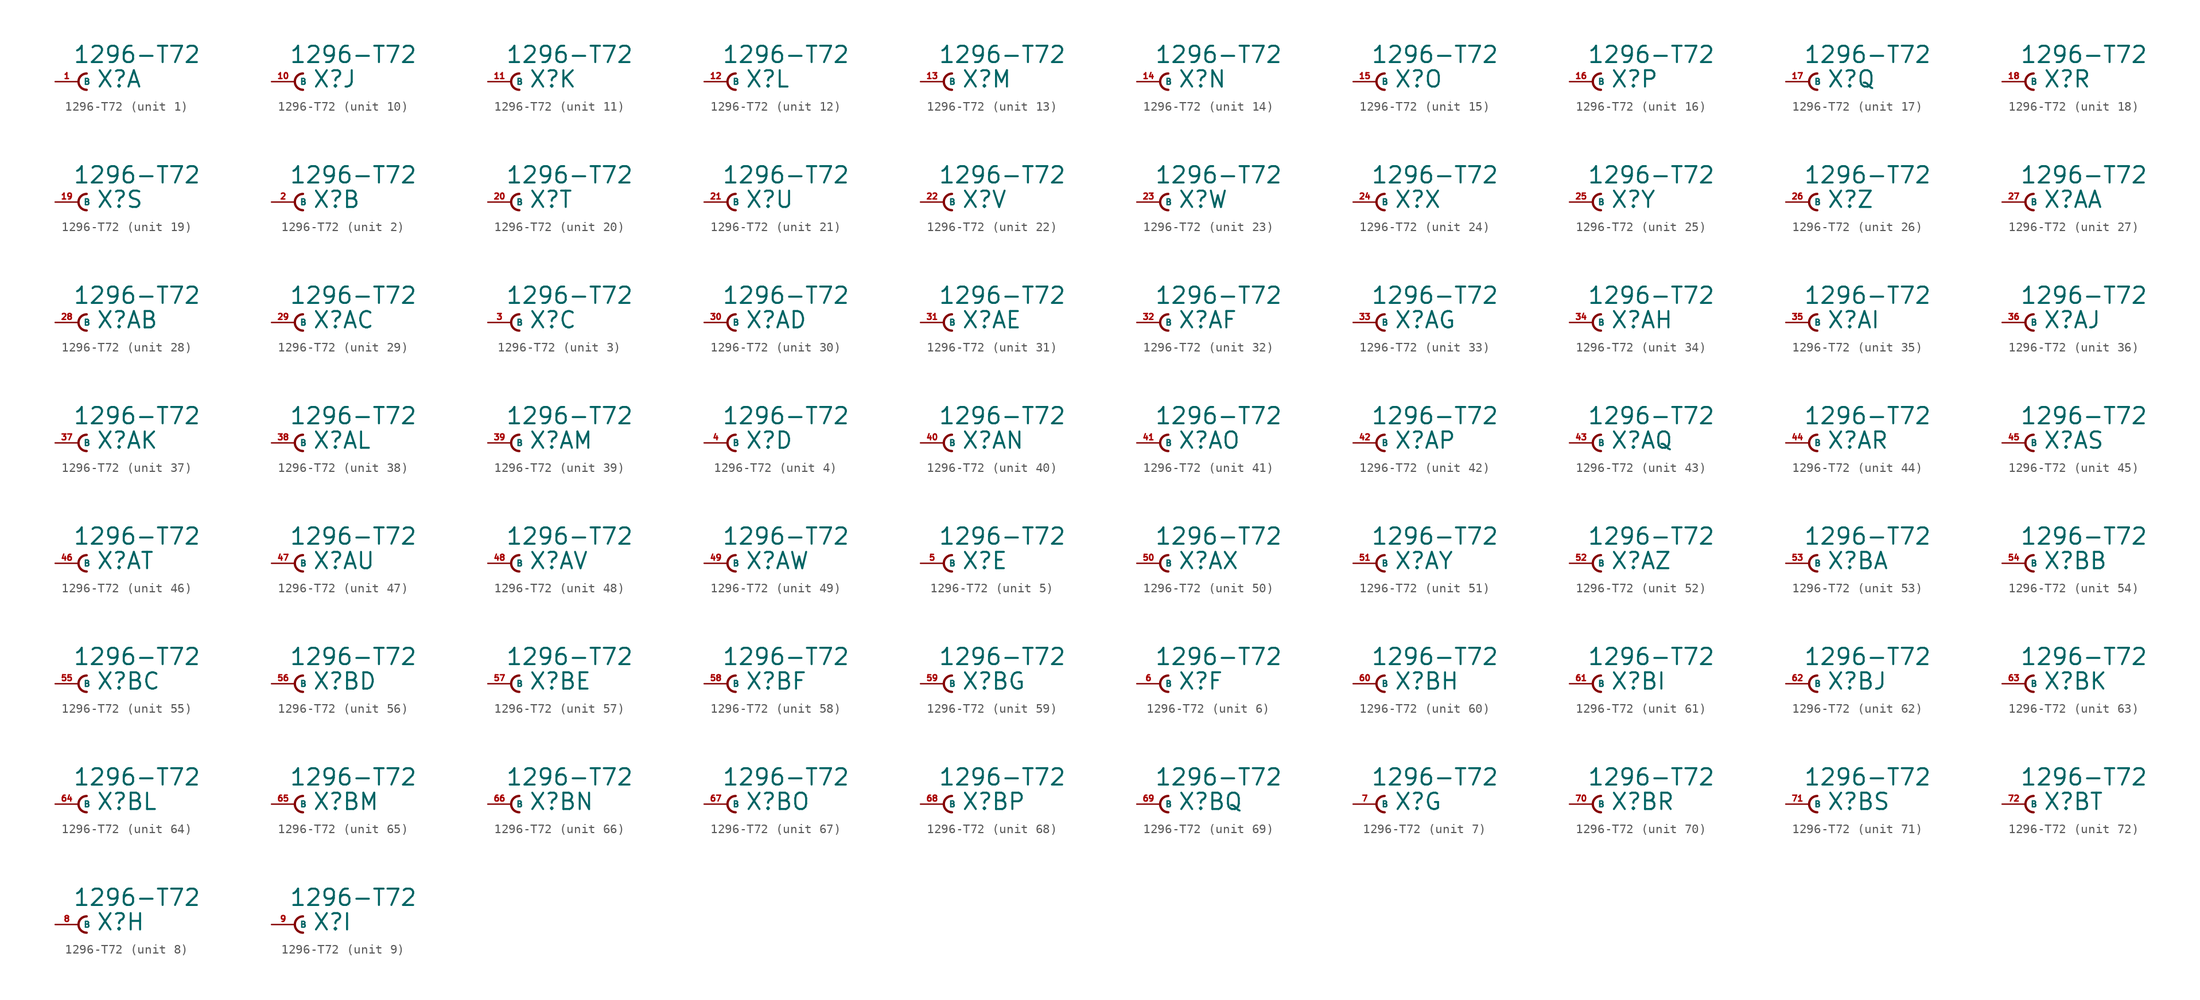
<source format=kicad_sym>
(kicad_symbol_lib
  (version 20220914)
  (generator Eagle2Kicad)
  (symbol "1296-T72"
    (property "Reference" "X"
      (at 1.905 -0.762 0)
      (effects (font (size 1.778 1.778) (thickness 0.22)) (justify left bottom)))
    (property "Value" "1296-T72"
      (at -0.635 1.905 0)
      (effects (font (size 1.778 1.778) (thickness 0.22)) (justify left bottom)))
    (symbol "1296-T72_1_0"
      (arc (start 0.889 0.889) (mid 0.000 0.000) (end 0.889 -0.889) (stroke (width 0.254) (type default)) (fill (type none)))
      (pin passive line (at -2.54 0 0) (length 2.54) (name "B" (effects (font (size 0.635 0.635) (thickness 0.08)) (justify left bottom))) (number "1" (effects (font (size 0.635 0.635) (thickness 0.08)) (justify left bottom)))))
    (symbol "1296-T72_2_0"
      (arc (start 0.889 0.889) (mid 0.000 0.000) (end 0.889 -0.889) (stroke (width 0.254) (type default)) (fill (type none)))
      (pin passive line (at -2.54 0 0) (length 2.54) (name "B" (effects (font (size 0.635 0.635) (thickness 0.08)) (justify left bottom))) (number "2" (effects (font (size 0.635 0.635) (thickness 0.08)) (justify left bottom)))))
    (symbol "1296-T72_3_0"
      (arc (start 0.889 0.889) (mid 0.000 0.000) (end 0.889 -0.889) (stroke (width 0.254) (type default)) (fill (type none)))
      (pin passive line (at -2.54 0 0) (length 2.54) (name "B" (effects (font (size 0.635 0.635) (thickness 0.08)) (justify left bottom))) (number "3" (effects (font (size 0.635 0.635) (thickness 0.08)) (justify left bottom)))))
    (symbol "1296-T72_4_0"
      (arc (start 0.889 0.889) (mid 0.000 0.000) (end 0.889 -0.889) (stroke (width 0.254) (type default)) (fill (type none)))
      (pin passive line (at -2.54 0 0) (length 2.54) (name "B" (effects (font (size 0.635 0.635) (thickness 0.08)) (justify left bottom))) (number "4" (effects (font (size 0.635 0.635) (thickness 0.08)) (justify left bottom)))))
    (symbol "1296-T72_5_0"
      (arc (start 0.889 0.889) (mid 0.000 0.000) (end 0.889 -0.889) (stroke (width 0.254) (type default)) (fill (type none)))
      (pin passive line (at -2.54 0 0) (length 2.54) (name "B" (effects (font (size 0.635 0.635) (thickness 0.08)) (justify left bottom))) (number "5" (effects (font (size 0.635 0.635) (thickness 0.08)) (justify left bottom)))))
    (symbol "1296-T72_6_0"
      (arc (start 0.889 0.889) (mid 0.000 0.000) (end 0.889 -0.889) (stroke (width 0.254) (type default)) (fill (type none)))
      (pin passive line (at -2.54 0 0) (length 2.54) (name "B" (effects (font (size 0.635 0.635) (thickness 0.08)) (justify left bottom))) (number "6" (effects (font (size 0.635 0.635) (thickness 0.08)) (justify left bottom)))))
    (symbol "1296-T72_7_0"
      (arc (start 0.889 0.889) (mid 0.000 0.000) (end 0.889 -0.889) (stroke (width 0.254) (type default)) (fill (type none)))
      (pin passive line (at -2.54 0 0) (length 2.54) (name "B" (effects (font (size 0.635 0.635) (thickness 0.08)) (justify left bottom))) (number "7" (effects (font (size 0.635 0.635) (thickness 0.08)) (justify left bottom)))))
    (symbol "1296-T72_8_0"
      (arc (start 0.889 0.889) (mid 0.000 0.000) (end 0.889 -0.889) (stroke (width 0.254) (type default)) (fill (type none)))
      (pin passive line (at -2.54 0 0) (length 2.54) (name "B" (effects (font (size 0.635 0.635) (thickness 0.08)) (justify left bottom))) (number "8" (effects (font (size 0.635 0.635) (thickness 0.08)) (justify left bottom)))))
    (symbol "1296-T72_9_0"
      (arc (start 0.889 0.889) (mid 0.000 0.000) (end 0.889 -0.889) (stroke (width 0.254) (type default)) (fill (type none)))
      (pin passive line (at -2.54 0 0) (length 2.54) (name "B" (effects (font (size 0.635 0.635) (thickness 0.08)) (justify left bottom))) (number "9" (effects (font (size 0.635 0.635) (thickness 0.08)) (justify left bottom)))))
    (symbol "1296-T72_10_0"
      (arc (start 0.889 0.889) (mid 0.000 0.000) (end 0.889 -0.889) (stroke (width 0.254) (type default)) (fill (type none)))
      (pin passive line (at -2.54 0 0) (length 2.54) (name "B" (effects (font (size 0.635 0.635) (thickness 0.08)) (justify left bottom))) (number "10" (effects (font (size 0.635 0.635) (thickness 0.08)) (justify left bottom)))))
    (symbol "1296-T72_11_0"
      (arc (start 0.889 0.889) (mid 0.000 0.000) (end 0.889 -0.889) (stroke (width 0.254) (type default)) (fill (type none)))
      (pin passive line (at -2.54 0 0) (length 2.54) (name "B" (effects (font (size 0.635 0.635) (thickness 0.08)) (justify left bottom))) (number "11" (effects (font (size 0.635 0.635) (thickness 0.08)) (justify left bottom)))))
    (symbol "1296-T72_12_0"
      (arc (start 0.889 0.889) (mid 0.000 0.000) (end 0.889 -0.889) (stroke (width 0.254) (type default)) (fill (type none)))
      (pin passive line (at -2.54 0 0) (length 2.54) (name "B" (effects (font (size 0.635 0.635) (thickness 0.08)) (justify left bottom))) (number "12" (effects (font (size 0.635 0.635) (thickness 0.08)) (justify left bottom)))))
    (symbol "1296-T72_13_0"
      (arc (start 0.889 0.889) (mid 0.000 0.000) (end 0.889 -0.889) (stroke (width 0.254) (type default)) (fill (type none)))
      (pin passive line (at -2.54 0 0) (length 2.54) (name "B" (effects (font (size 0.635 0.635) (thickness 0.08)) (justify left bottom))) (number "13" (effects (font (size 0.635 0.635) (thickness 0.08)) (justify left bottom)))))
    (symbol "1296-T72_14_0"
      (arc (start 0.889 0.889) (mid 0.000 0.000) (end 0.889 -0.889) (stroke (width 0.254) (type default)) (fill (type none)))
      (pin passive line (at -2.54 0 0) (length 2.54) (name "B" (effects (font (size 0.635 0.635) (thickness 0.08)) (justify left bottom))) (number "14" (effects (font (size 0.635 0.635) (thickness 0.08)) (justify left bottom)))))
    (symbol "1296-T72_15_0"
      (arc (start 0.889 0.889) (mid 0.000 0.000) (end 0.889 -0.889) (stroke (width 0.254) (type default)) (fill (type none)))
      (pin passive line (at -2.54 0 0) (length 2.54) (name "B" (effects (font (size 0.635 0.635) (thickness 0.08)) (justify left bottom))) (number "15" (effects (font (size 0.635 0.635) (thickness 0.08)) (justify left bottom)))))
    (symbol "1296-T72_16_0"
      (arc (start 0.889 0.889) (mid 0.000 0.000) (end 0.889 -0.889) (stroke (width 0.254) (type default)) (fill (type none)))
      (pin passive line (at -2.54 0 0) (length 2.54) (name "B" (effects (font (size 0.635 0.635) (thickness 0.08)) (justify left bottom))) (number "16" (effects (font (size 0.635 0.635) (thickness 0.08)) (justify left bottom)))))
    (symbol "1296-T72_17_0"
      (arc (start 0.889 0.889) (mid 0.000 0.000) (end 0.889 -0.889) (stroke (width 0.254) (type default)) (fill (type none)))
      (pin passive line (at -2.54 0 0) (length 2.54) (name "B" (effects (font (size 0.635 0.635) (thickness 0.08)) (justify left bottom))) (number "17" (effects (font (size 0.635 0.635) (thickness 0.08)) (justify left bottom)))))
    (symbol "1296-T72_18_0"
      (arc (start 0.889 0.889) (mid 0.000 0.000) (end 0.889 -0.889) (stroke (width 0.254) (type default)) (fill (type none)))
      (pin passive line (at -2.54 0 0) (length 2.54) (name "B" (effects (font (size 0.635 0.635) (thickness 0.08)) (justify left bottom))) (number "18" (effects (font (size 0.635 0.635) (thickness 0.08)) (justify left bottom)))))
    (symbol "1296-T72_19_0"
      (arc (start 0.889 0.889) (mid 0.000 0.000) (end 0.889 -0.889) (stroke (width 0.254) (type default)) (fill (type none)))
      (pin passive line (at -2.54 0 0) (length 2.54) (name "B" (effects (font (size 0.635 0.635) (thickness 0.08)) (justify left bottom))) (number "19" (effects (font (size 0.635 0.635) (thickness 0.08)) (justify left bottom)))))
    (symbol "1296-T72_20_0"
      (arc (start 0.889 0.889) (mid 0.000 0.000) (end 0.889 -0.889) (stroke (width 0.254) (type default)) (fill (type none)))
      (pin passive line (at -2.54 0 0) (length 2.54) (name "B" (effects (font (size 0.635 0.635) (thickness 0.08)) (justify left bottom))) (number "20" (effects (font (size 0.635 0.635) (thickness 0.08)) (justify left bottom)))))
    (symbol "1296-T72_21_0"
      (arc (start 0.889 0.889) (mid 0.000 0.000) (end 0.889 -0.889) (stroke (width 0.254) (type default)) (fill (type none)))
      (pin passive line (at -2.54 0 0) (length 2.54) (name "B" (effects (font (size 0.635 0.635) (thickness 0.08)) (justify left bottom))) (number "21" (effects (font (size 0.635 0.635) (thickness 0.08)) (justify left bottom)))))
    (symbol "1296-T72_22_0"
      (arc (start 0.889 0.889) (mid 0.000 0.000) (end 0.889 -0.889) (stroke (width 0.254) (type default)) (fill (type none)))
      (pin passive line (at -2.54 0 0) (length 2.54) (name "B" (effects (font (size 0.635 0.635) (thickness 0.08)) (justify left bottom))) (number "22" (effects (font (size 0.635 0.635) (thickness 0.08)) (justify left bottom)))))
    (symbol "1296-T72_23_0"
      (arc (start 0.889 0.889) (mid 0.000 0.000) (end 0.889 -0.889) (stroke (width 0.254) (type default)) (fill (type none)))
      (pin passive line (at -2.54 0 0) (length 2.54) (name "B" (effects (font (size 0.635 0.635) (thickness 0.08)) (justify left bottom))) (number "23" (effects (font (size 0.635 0.635) (thickness 0.08)) (justify left bottom)))))
    (symbol "1296-T72_24_0"
      (arc (start 0.889 0.889) (mid 0.000 0.000) (end 0.889 -0.889) (stroke (width 0.254) (type default)) (fill (type none)))
      (pin passive line (at -2.54 0 0) (length 2.54) (name "B" (effects (font (size 0.635 0.635) (thickness 0.08)) (justify left bottom))) (number "24" (effects (font (size 0.635 0.635) (thickness 0.08)) (justify left bottom)))))
    (symbol "1296-T72_25_0"
      (arc (start 0.889 0.889) (mid 0.000 0.000) (end 0.889 -0.889) (stroke (width 0.254) (type default)) (fill (type none)))
      (pin passive line (at -2.54 0 0) (length 2.54) (name "B" (effects (font (size 0.635 0.635) (thickness 0.08)) (justify left bottom))) (number "25" (effects (font (size 0.635 0.635) (thickness 0.08)) (justify left bottom)))))
    (symbol "1296-T72_26_0"
      (arc (start 0.889 0.889) (mid 0.000 0.000) (end 0.889 -0.889) (stroke (width 0.254) (type default)) (fill (type none)))
      (pin passive line (at -2.54 0 0) (length 2.54) (name "B" (effects (font (size 0.635 0.635) (thickness 0.08)) (justify left bottom))) (number "26" (effects (font (size 0.635 0.635) (thickness 0.08)) (justify left bottom)))))
    (symbol "1296-T72_27_0"
      (arc (start 0.889 0.889) (mid 0.000 0.000) (end 0.889 -0.889) (stroke (width 0.254) (type default)) (fill (type none)))
      (pin passive line (at -2.54 0 0) (length 2.54) (name "B" (effects (font (size 0.635 0.635) (thickness 0.08)) (justify left bottom))) (number "27" (effects (font (size 0.635 0.635) (thickness 0.08)) (justify left bottom)))))
    (symbol "1296-T72_28_0"
      (arc (start 0.889 0.889) (mid 0.000 0.000) (end 0.889 -0.889) (stroke (width 0.254) (type default)) (fill (type none)))
      (pin passive line (at -2.54 0 0) (length 2.54) (name "B" (effects (font (size 0.635 0.635) (thickness 0.08)) (justify left bottom))) (number "28" (effects (font (size 0.635 0.635) (thickness 0.08)) (justify left bottom)))))
    (symbol "1296-T72_29_0"
      (arc (start 0.889 0.889) (mid 0.000 0.000) (end 0.889 -0.889) (stroke (width 0.254) (type default)) (fill (type none)))
      (pin passive line (at -2.54 0 0) (length 2.54) (name "B" (effects (font (size 0.635 0.635) (thickness 0.08)) (justify left bottom))) (number "29" (effects (font (size 0.635 0.635) (thickness 0.08)) (justify left bottom)))))
    (symbol "1296-T72_30_0"
      (arc (start 0.889 0.889) (mid 0.000 0.000) (end 0.889 -0.889) (stroke (width 0.254) (type default)) (fill (type none)))
      (pin passive line (at -2.54 0 0) (length 2.54) (name "B" (effects (font (size 0.635 0.635) (thickness 0.08)) (justify left bottom))) (number "30" (effects (font (size 0.635 0.635) (thickness 0.08)) (justify left bottom)))))
    (symbol "1296-T72_31_0"
      (arc (start 0.889 0.889) (mid 0.000 0.000) (end 0.889 -0.889) (stroke (width 0.254) (type default)) (fill (type none)))
      (pin passive line (at -2.54 0 0) (length 2.54) (name "B" (effects (font (size 0.635 0.635) (thickness 0.08)) (justify left bottom))) (number "31" (effects (font (size 0.635 0.635) (thickness 0.08)) (justify left bottom)))))
    (symbol "1296-T72_32_0"
      (arc (start 0.889 0.889) (mid 0.000 0.000) (end 0.889 -0.889) (stroke (width 0.254) (type default)) (fill (type none)))
      (pin passive line (at -2.54 0 0) (length 2.54) (name "B" (effects (font (size 0.635 0.635) (thickness 0.08)) (justify left bottom))) (number "32" (effects (font (size 0.635 0.635) (thickness 0.08)) (justify left bottom)))))
    (symbol "1296-T72_33_0"
      (arc (start 0.889 0.889) (mid 0.000 0.000) (end 0.889 -0.889) (stroke (width 0.254) (type default)) (fill (type none)))
      (pin passive line (at -2.54 0 0) (length 2.54) (name "B" (effects (font (size 0.635 0.635) (thickness 0.08)) (justify left bottom))) (number "33" (effects (font (size 0.635 0.635) (thickness 0.08)) (justify left bottom)))))
    (symbol "1296-T72_34_0"
      (arc (start 0.889 0.889) (mid 0.000 0.000) (end 0.889 -0.889) (stroke (width 0.254) (type default)) (fill (type none)))
      (pin passive line (at -2.54 0 0) (length 2.54) (name "B" (effects (font (size 0.635 0.635) (thickness 0.08)) (justify left bottom))) (number "34" (effects (font (size 0.635 0.635) (thickness 0.08)) (justify left bottom)))))
    (symbol "1296-T72_35_0"
      (arc (start 0.889 0.889) (mid 0.000 0.000) (end 0.889 -0.889) (stroke (width 0.254) (type default)) (fill (type none)))
      (pin passive line (at -2.54 0 0) (length 2.54) (name "B" (effects (font (size 0.635 0.635) (thickness 0.08)) (justify left bottom))) (number "35" (effects (font (size 0.635 0.635) (thickness 0.08)) (justify left bottom)))))
    (symbol "1296-T72_36_0"
      (arc (start 0.889 0.889) (mid 0.000 0.000) (end 0.889 -0.889) (stroke (width 0.254) (type default)) (fill (type none)))
      (pin passive line (at -2.54 0 0) (length 2.54) (name "B" (effects (font (size 0.635 0.635) (thickness 0.08)) (justify left bottom))) (number "36" (effects (font (size 0.635 0.635) (thickness 0.08)) (justify left bottom)))))
    (symbol "1296-T72_37_0"
      (arc (start 0.889 0.889) (mid 0.000 0.000) (end 0.889 -0.889) (stroke (width 0.254) (type default)) (fill (type none)))
      (pin passive line (at -2.54 0 0) (length 2.54) (name "B" (effects (font (size 0.635 0.635) (thickness 0.08)) (justify left bottom))) (number "37" (effects (font (size 0.635 0.635) (thickness 0.08)) (justify left bottom)))))
    (symbol "1296-T72_38_0"
      (arc (start 0.889 0.889) (mid 0.000 0.000) (end 0.889 -0.889) (stroke (width 0.254) (type default)) (fill (type none)))
      (pin passive line (at -2.54 0 0) (length 2.54) (name "B" (effects (font (size 0.635 0.635) (thickness 0.08)) (justify left bottom))) (number "38" (effects (font (size 0.635 0.635) (thickness 0.08)) (justify left bottom)))))
    (symbol "1296-T72_39_0"
      (arc (start 0.889 0.889) (mid 0.000 0.000) (end 0.889 -0.889) (stroke (width 0.254) (type default)) (fill (type none)))
      (pin passive line (at -2.54 0 0) (length 2.54) (name "B" (effects (font (size 0.635 0.635) (thickness 0.08)) (justify left bottom))) (number "39" (effects (font (size 0.635 0.635) (thickness 0.08)) (justify left bottom)))))
    (symbol "1296-T72_40_0"
      (arc (start 0.889 0.889) (mid 0.000 0.000) (end 0.889 -0.889) (stroke (width 0.254) (type default)) (fill (type none)))
      (pin passive line (at -2.54 0 0) (length 2.54) (name "B" (effects (font (size 0.635 0.635) (thickness 0.08)) (justify left bottom))) (number "40" (effects (font (size 0.635 0.635) (thickness 0.08)) (justify left bottom)))))
    (symbol "1296-T72_41_0"
      (arc (start 0.889 0.889) (mid 0.000 0.000) (end 0.889 -0.889) (stroke (width 0.254) (type default)) (fill (type none)))
      (pin passive line (at -2.54 0 0) (length 2.54) (name "B" (effects (font (size 0.635 0.635) (thickness 0.08)) (justify left bottom))) (number "41" (effects (font (size 0.635 0.635) (thickness 0.08)) (justify left bottom)))))
    (symbol "1296-T72_42_0"
      (arc (start 0.889 0.889) (mid 0.000 0.000) (end 0.889 -0.889) (stroke (width 0.254) (type default)) (fill (type none)))
      (pin passive line (at -2.54 0 0) (length 2.54) (name "B" (effects (font (size 0.635 0.635) (thickness 0.08)) (justify left bottom))) (number "42" (effects (font (size 0.635 0.635) (thickness 0.08)) (justify left bottom)))))
    (symbol "1296-T72_43_0"
      (arc (start 0.889 0.889) (mid 0.000 0.000) (end 0.889 -0.889) (stroke (width 0.254) (type default)) (fill (type none)))
      (pin passive line (at -2.54 0 0) (length 2.54) (name "B" (effects (font (size 0.635 0.635) (thickness 0.08)) (justify left bottom))) (number "43" (effects (font (size 0.635 0.635) (thickness 0.08)) (justify left bottom)))))
    (symbol "1296-T72_44_0"
      (arc (start 0.889 0.889) (mid 0.000 0.000) (end 0.889 -0.889) (stroke (width 0.254) (type default)) (fill (type none)))
      (pin passive line (at -2.54 0 0) (length 2.54) (name "B" (effects (font (size 0.635 0.635) (thickness 0.08)) (justify left bottom))) (number "44" (effects (font (size 0.635 0.635) (thickness 0.08)) (justify left bottom)))))
    (symbol "1296-T72_45_0"
      (arc (start 0.889 0.889) (mid 0.000 0.000) (end 0.889 -0.889) (stroke (width 0.254) (type default)) (fill (type none)))
      (pin passive line (at -2.54 0 0) (length 2.54) (name "B" (effects (font (size 0.635 0.635) (thickness 0.08)) (justify left bottom))) (number "45" (effects (font (size 0.635 0.635) (thickness 0.08)) (justify left bottom)))))
    (symbol "1296-T72_46_0"
      (arc (start 0.889 0.889) (mid 0.000 0.000) (end 0.889 -0.889) (stroke (width 0.254) (type default)) (fill (type none)))
      (pin passive line (at -2.54 0 0) (length 2.54) (name "B" (effects (font (size 0.635 0.635) (thickness 0.08)) (justify left bottom))) (number "46" (effects (font (size 0.635 0.635) (thickness 0.08)) (justify left bottom)))))
    (symbol "1296-T72_47_0"
      (arc (start 0.889 0.889) (mid 0.000 0.000) (end 0.889 -0.889) (stroke (width 0.254) (type default)) (fill (type none)))
      (pin passive line (at -2.54 0 0) (length 2.54) (name "B" (effects (font (size 0.635 0.635) (thickness 0.08)) (justify left bottom))) (number "47" (effects (font (size 0.635 0.635) (thickness 0.08)) (justify left bottom)))))
    (symbol "1296-T72_48_0"
      (arc (start 0.889 0.889) (mid 0.000 0.000) (end 0.889 -0.889) (stroke (width 0.254) (type default)) (fill (type none)))
      (pin passive line (at -2.54 0 0) (length 2.54) (name "B" (effects (font (size 0.635 0.635) (thickness 0.08)) (justify left bottom))) (number "48" (effects (font (size 0.635 0.635) (thickness 0.08)) (justify left bottom)))))
    (symbol "1296-T72_49_0"
      (arc (start 0.889 0.889) (mid 0.000 0.000) (end 0.889 -0.889) (stroke (width 0.254) (type default)) (fill (type none)))
      (pin passive line (at -2.54 0 0) (length 2.54) (name "B" (effects (font (size 0.635 0.635) (thickness 0.08)) (justify left bottom))) (number "49" (effects (font (size 0.635 0.635) (thickness 0.08)) (justify left bottom)))))
    (symbol "1296-T72_50_0"
      (arc (start 0.889 0.889) (mid 0.000 0.000) (end 0.889 -0.889) (stroke (width 0.254) (type default)) (fill (type none)))
      (pin passive line (at -2.54 0 0) (length 2.54) (name "B" (effects (font (size 0.635 0.635) (thickness 0.08)) (justify left bottom))) (number "50" (effects (font (size 0.635 0.635) (thickness 0.08)) (justify left bottom)))))
    (symbol "1296-T72_51_0"
      (arc (start 0.889 0.889) (mid 0.000 0.000) (end 0.889 -0.889) (stroke (width 0.254) (type default)) (fill (type none)))
      (pin passive line (at -2.54 0 0) (length 2.54) (name "B" (effects (font (size 0.635 0.635) (thickness 0.08)) (justify left bottom))) (number "51" (effects (font (size 0.635 0.635) (thickness 0.08)) (justify left bottom)))))
    (symbol "1296-T72_52_0"
      (arc (start 0.889 0.889) (mid 0.000 0.000) (end 0.889 -0.889) (stroke (width 0.254) (type default)) (fill (type none)))
      (pin passive line (at -2.54 0 0) (length 2.54) (name "B" (effects (font (size 0.635 0.635) (thickness 0.08)) (justify left bottom))) (number "52" (effects (font (size 0.635 0.635) (thickness 0.08)) (justify left bottom)))))
    (symbol "1296-T72_53_0"
      (arc (start 0.889 0.889) (mid 0.000 0.000) (end 0.889 -0.889) (stroke (width 0.254) (type default)) (fill (type none)))
      (pin passive line (at -2.54 0 0) (length 2.54) (name "B" (effects (font (size 0.635 0.635) (thickness 0.08)) (justify left bottom))) (number "53" (effects (font (size 0.635 0.635) (thickness 0.08)) (justify left bottom)))))
    (symbol "1296-T72_54_0"
      (arc (start 0.889 0.889) (mid 0.000 0.000) (end 0.889 -0.889) (stroke (width 0.254) (type default)) (fill (type none)))
      (pin passive line (at -2.54 0 0) (length 2.54) (name "B" (effects (font (size 0.635 0.635) (thickness 0.08)) (justify left bottom))) (number "54" (effects (font (size 0.635 0.635) (thickness 0.08)) (justify left bottom)))))
    (symbol "1296-T72_55_0"
      (arc (start 0.889 0.889) (mid 0.000 0.000) (end 0.889 -0.889) (stroke (width 0.254) (type default)) (fill (type none)))
      (pin passive line (at -2.54 0 0) (length 2.54) (name "B" (effects (font (size 0.635 0.635) (thickness 0.08)) (justify left bottom))) (number "55" (effects (font (size 0.635 0.635) (thickness 0.08)) (justify left bottom)))))
    (symbol "1296-T72_56_0"
      (arc (start 0.889 0.889) (mid 0.000 0.000) (end 0.889 -0.889) (stroke (width 0.254) (type default)) (fill (type none)))
      (pin passive line (at -2.54 0 0) (length 2.54) (name "B" (effects (font (size 0.635 0.635) (thickness 0.08)) (justify left bottom))) (number "56" (effects (font (size 0.635 0.635) (thickness 0.08)) (justify left bottom)))))
    (symbol "1296-T72_57_0"
      (arc (start 0.889 0.889) (mid 0.000 0.000) (end 0.889 -0.889) (stroke (width 0.254) (type default)) (fill (type none)))
      (pin passive line (at -2.54 0 0) (length 2.54) (name "B" (effects (font (size 0.635 0.635) (thickness 0.08)) (justify left bottom))) (number "57" (effects (font (size 0.635 0.635) (thickness 0.08)) (justify left bottom)))))
    (symbol "1296-T72_58_0"
      (arc (start 0.889 0.889) (mid 0.000 0.000) (end 0.889 -0.889) (stroke (width 0.254) (type default)) (fill (type none)))
      (pin passive line (at -2.54 0 0) (length 2.54) (name "B" (effects (font (size 0.635 0.635) (thickness 0.08)) (justify left bottom))) (number "58" (effects (font (size 0.635 0.635) (thickness 0.08)) (justify left bottom)))))
    (symbol "1296-T72_59_0"
      (arc (start 0.889 0.889) (mid 0.000 0.000) (end 0.889 -0.889) (stroke (width 0.254) (type default)) (fill (type none)))
      (pin passive line (at -2.54 0 0) (length 2.54) (name "B" (effects (font (size 0.635 0.635) (thickness 0.08)) (justify left bottom))) (number "59" (effects (font (size 0.635 0.635) (thickness 0.08)) (justify left bottom)))))
    (symbol "1296-T72_60_0"
      (arc (start 0.889 0.889) (mid 0.000 0.000) (end 0.889 -0.889) (stroke (width 0.254) (type default)) (fill (type none)))
      (pin passive line (at -2.54 0 0) (length 2.54) (name "B" (effects (font (size 0.635 0.635) (thickness 0.08)) (justify left bottom))) (number "60" (effects (font (size 0.635 0.635) (thickness 0.08)) (justify left bottom)))))
    (symbol "1296-T72_61_0"
      (arc (start 0.889 0.889) (mid 0.000 0.000) (end 0.889 -0.889) (stroke (width 0.254) (type default)) (fill (type none)))
      (pin passive line (at -2.54 0 0) (length 2.54) (name "B" (effects (font (size 0.635 0.635) (thickness 0.08)) (justify left bottom))) (number "61" (effects (font (size 0.635 0.635) (thickness 0.08)) (justify left bottom)))))
    (symbol "1296-T72_62_0"
      (arc (start 0.889 0.889) (mid 0.000 0.000) (end 0.889 -0.889) (stroke (width 0.254) (type default)) (fill (type none)))
      (pin passive line (at -2.54 0 0) (length 2.54) (name "B" (effects (font (size 0.635 0.635) (thickness 0.08)) (justify left bottom))) (number "62" (effects (font (size 0.635 0.635) (thickness 0.08)) (justify left bottom)))))
    (symbol "1296-T72_63_0"
      (arc (start 0.889 0.889) (mid 0.000 0.000) (end 0.889 -0.889) (stroke (width 0.254) (type default)) (fill (type none)))
      (pin passive line (at -2.54 0 0) (length 2.54) (name "B" (effects (font (size 0.635 0.635) (thickness 0.08)) (justify left bottom))) (number "63" (effects (font (size 0.635 0.635) (thickness 0.08)) (justify left bottom)))))
    (symbol "1296-T72_64_0"
      (arc (start 0.889 0.889) (mid 0.000 0.000) (end 0.889 -0.889) (stroke (width 0.254) (type default)) (fill (type none)))
      (pin passive line (at -2.54 0 0) (length 2.54) (name "B" (effects (font (size 0.635 0.635) (thickness 0.08)) (justify left bottom))) (number "64" (effects (font (size 0.635 0.635) (thickness 0.08)) (justify left bottom)))))
    (symbol "1296-T72_65_0"
      (arc (start 0.889 0.889) (mid 0.000 0.000) (end 0.889 -0.889) (stroke (width 0.254) (type default)) (fill (type none)))
      (pin passive line (at -2.54 0 0) (length 2.54) (name "B" (effects (font (size 0.635 0.635) (thickness 0.08)) (justify left bottom))) (number "65" (effects (font (size 0.635 0.635) (thickness 0.08)) (justify left bottom)))))
    (symbol "1296-T72_66_0"
      (arc (start 0.889 0.889) (mid 0.000 0.000) (end 0.889 -0.889) (stroke (width 0.254) (type default)) (fill (type none)))
      (pin passive line (at -2.54 0 0) (length 2.54) (name "B" (effects (font (size 0.635 0.635) (thickness 0.08)) (justify left bottom))) (number "66" (effects (font (size 0.635 0.635) (thickness 0.08)) (justify left bottom)))))
    (symbol "1296-T72_67_0"
      (arc (start 0.889 0.889) (mid 0.000 0.000) (end 0.889 -0.889) (stroke (width 0.254) (type default)) (fill (type none)))
      (pin passive line (at -2.54 0 0) (length 2.54) (name "B" (effects (font (size 0.635 0.635) (thickness 0.08)) (justify left bottom))) (number "67" (effects (font (size 0.635 0.635) (thickness 0.08)) (justify left bottom)))))
    (symbol "1296-T72_68_0"
      (arc (start 0.889 0.889) (mid 0.000 0.000) (end 0.889 -0.889) (stroke (width 0.254) (type default)) (fill (type none)))
      (pin passive line (at -2.54 0 0) (length 2.54) (name "B" (effects (font (size 0.635 0.635) (thickness 0.08)) (justify left bottom))) (number "68" (effects (font (size 0.635 0.635) (thickness 0.08)) (justify left bottom)))))
    (symbol "1296-T72_69_0"
      (arc (start 0.889 0.889) (mid 0.000 0.000) (end 0.889 -0.889) (stroke (width 0.254) (type default)) (fill (type none)))
      (pin passive line (at -2.54 0 0) (length 2.54) (name "B" (effects (font (size 0.635 0.635) (thickness 0.08)) (justify left bottom))) (number "69" (effects (font (size 0.635 0.635) (thickness 0.08)) (justify left bottom)))))
    (symbol "1296-T72_70_0"
      (arc (start 0.889 0.889) (mid 0.000 0.000) (end 0.889 -0.889) (stroke (width 0.254) (type default)) (fill (type none)))
      (pin passive line (at -2.54 0 0) (length 2.54) (name "B" (effects (font (size 0.635 0.635) (thickness 0.08)) (justify left bottom))) (number "70" (effects (font (size 0.635 0.635) (thickness 0.08)) (justify left bottom)))))
    (symbol "1296-T72_71_0"
      (arc (start 0.889 0.889) (mid 0.000 0.000) (end 0.889 -0.889) (stroke (width 0.254) (type default)) (fill (type none)))
      (pin passive line (at -2.54 0 0) (length 2.54) (name "B" (effects (font (size 0.635 0.635) (thickness 0.08)) (justify left bottom))) (number "71" (effects (font (size 0.635 0.635) (thickness 0.08)) (justify left bottom)))))
    (symbol "1296-T72_72_0"
      (arc (start 0.889 0.889) (mid 0.000 0.000) (end 0.889 -0.889) (stroke (width 0.254) (type default)) (fill (type none)))
      (pin passive line (at -2.54 0 0) (length 2.54) (name "B" (effects (font (size 0.635 0.635) (thickness 0.08)) (justify left bottom))) (number "72" (effects (font (size 0.635 0.635) (thickness 0.08)) (justify left bottom)))))))
</source>
